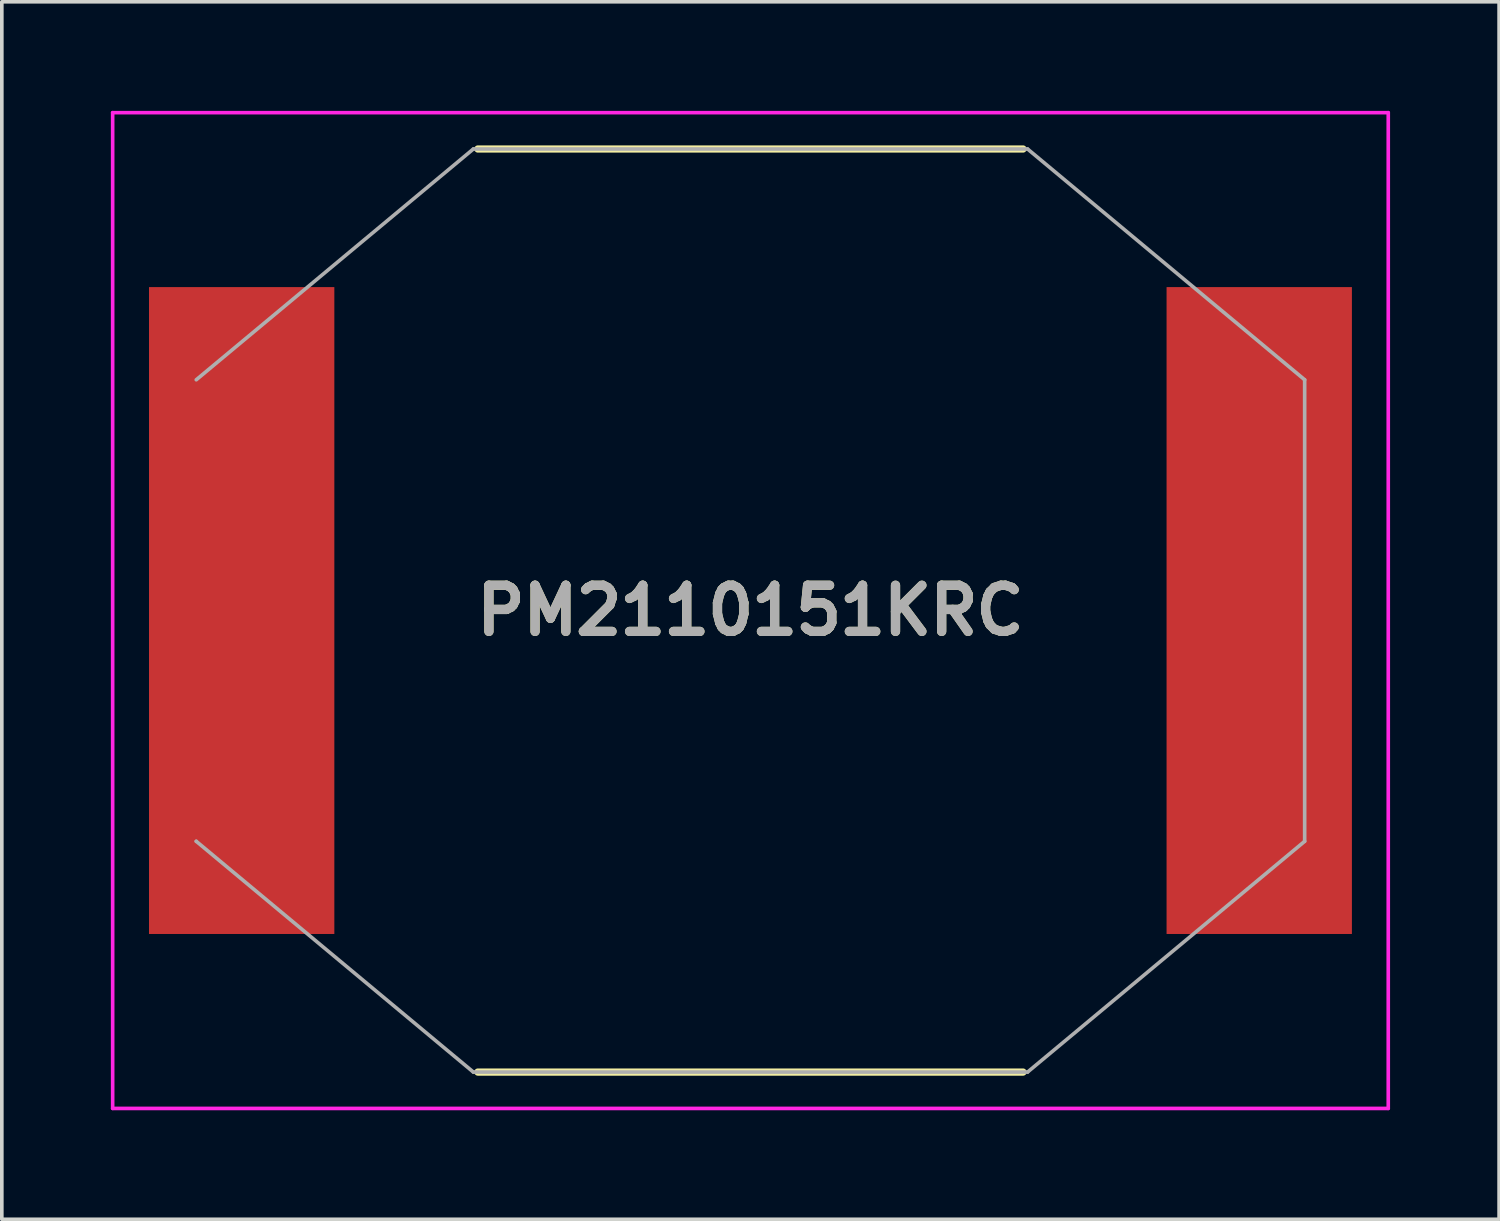
<source format=kicad_pcb>
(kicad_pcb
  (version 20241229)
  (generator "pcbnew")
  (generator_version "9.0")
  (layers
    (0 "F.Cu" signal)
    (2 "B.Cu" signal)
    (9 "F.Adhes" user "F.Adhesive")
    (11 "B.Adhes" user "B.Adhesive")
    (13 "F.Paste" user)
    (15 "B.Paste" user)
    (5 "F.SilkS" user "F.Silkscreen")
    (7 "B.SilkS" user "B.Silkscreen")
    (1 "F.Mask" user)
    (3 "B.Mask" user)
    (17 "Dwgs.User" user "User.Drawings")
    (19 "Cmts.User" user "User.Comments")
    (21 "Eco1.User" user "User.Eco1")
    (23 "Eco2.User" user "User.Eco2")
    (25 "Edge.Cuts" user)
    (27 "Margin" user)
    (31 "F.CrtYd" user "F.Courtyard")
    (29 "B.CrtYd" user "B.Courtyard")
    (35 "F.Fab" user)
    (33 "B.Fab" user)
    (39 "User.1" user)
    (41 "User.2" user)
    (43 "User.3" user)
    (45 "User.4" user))
  (footprint "PM2110151KRC"
    (layer "F.Cu")
    (at 17.6 13.75)
    (property "Reference" "PM2110151KRC" (at 0 0 0) (layer "F.SilkS") (effects (font (size 1.27 1.27) (thickness 0.254))))
    (attr smd)
    (fp_line (start -7.5 -12.7) (end 7.5 -12.7) (stroke (width 0.2) (type solid)) (layer "F.SilkS"))
    (fp_line (start -7.5 12.7) (end 7.5 12.7) (stroke (width 0.2) (type solid)) (layer "F.SilkS"))
    (fp_line (start -17.55 -13.7) (end 17.55 -13.7) (stroke (width 0.1) (type solid)) (layer "F.CrtYd"))
    (fp_line (start -17.55 13.7) (end -17.55 -13.7) (stroke (width 0.1) (type solid)) (layer "F.CrtYd"))
    (fp_line (start 17.55 -13.7) (end 17.55 13.7) (stroke (width 0.1) (type solid)) (layer "F.CrtYd"))
    (fp_line (start 17.55 13.7) (end -17.55 13.7) (stroke (width 0.1) (type solid)) (layer "F.CrtYd"))
    (fp_line (start -15.25 6.35) (end -15.25 6.35) (stroke (width 0.1) (type solid)) (layer "F.Fab"))
    (fp_line (start -15.25 6.35) (end -7.625 12.7) (stroke (width 0.1) (type solid)) (layer "F.Fab"))
    (fp_line (start -7.625 -12.7) (end -15.25 -6.35) (stroke (width 0.1) (type solid)) (layer "F.Fab"))
    (fp_line (start -7.625 12.7) (end 7.625 12.7) (stroke (width 0.1) (type solid)) (layer "F.Fab"))
    (fp_line (start 7.625 -12.7) (end -7.625 -12.7) (stroke (width 0.1) (type solid)) (layer "F.Fab"))
    (fp_line (start 7.625 12.7) (end 15.25 6.35) (stroke (width 0.1) (type solid)) (layer "F.Fab"))
    (fp_line (start 15.25 -6.35) (end 7.625 -12.7) (stroke (width 0.1) (type solid)) (layer "F.Fab"))
    (fp_line (start 15.25 6.35) (end 15.25 -6.35) (stroke (width 0.1) (type solid)) (layer "F.Fab"))
    (fp_text user "${REFERENCE}" (at 0 0 0) (layer "F.Fab") (effects (font (size 1.27 1.27) (thickness 0.254))))
    (pad "1" smd rect (at -14 0) (size 5.1 17.8) (layers "F.Cu" "F.Mask" "F.Paste"))
    (pad "2" smd rect (at 14 0) (size 5.1 17.8) (layers "F.Cu" "F.Mask" "F.Paste")))
  (gr_rect
    (start -3 -3)
    (end 38.2 30.5)
    (stroke (width 0.1) (type default))
    (fill no)
    (layer "Edge.Cuts")))
</source>
